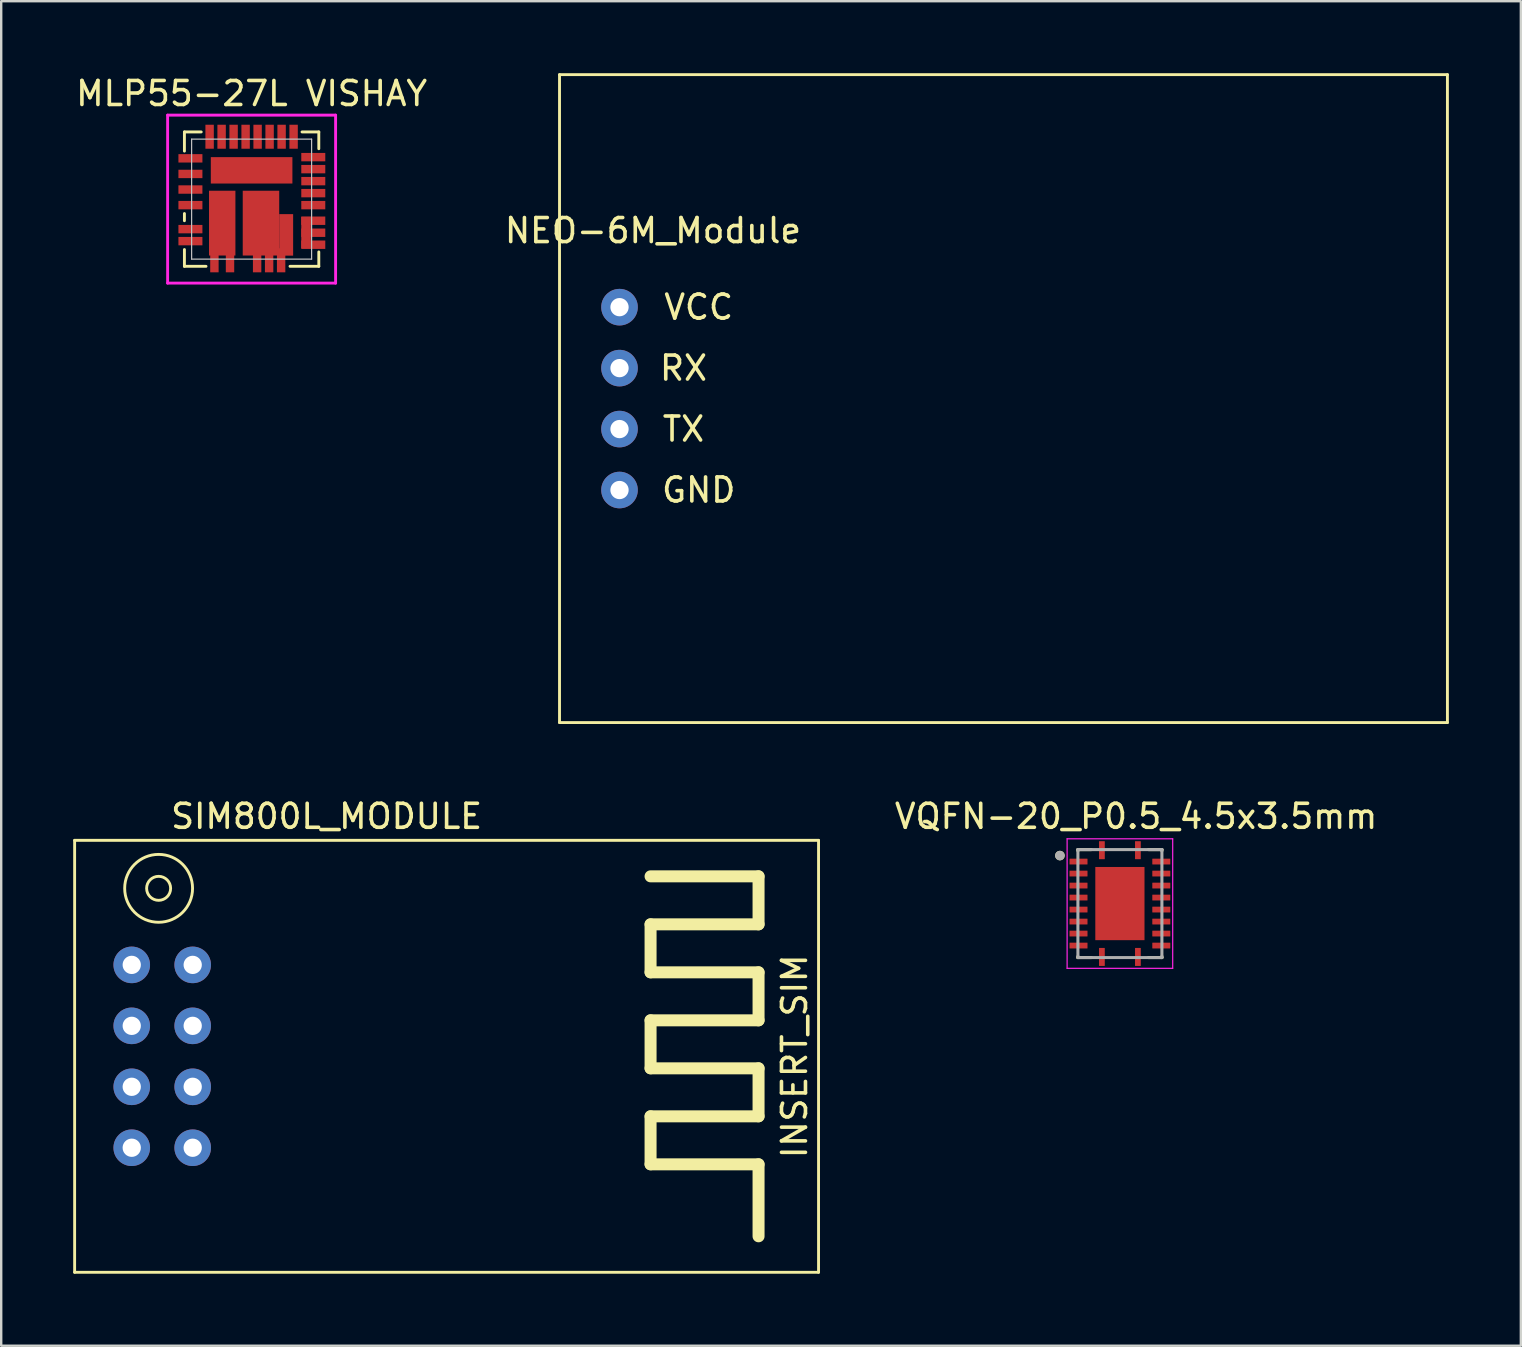
<source format=kicad_pcb>
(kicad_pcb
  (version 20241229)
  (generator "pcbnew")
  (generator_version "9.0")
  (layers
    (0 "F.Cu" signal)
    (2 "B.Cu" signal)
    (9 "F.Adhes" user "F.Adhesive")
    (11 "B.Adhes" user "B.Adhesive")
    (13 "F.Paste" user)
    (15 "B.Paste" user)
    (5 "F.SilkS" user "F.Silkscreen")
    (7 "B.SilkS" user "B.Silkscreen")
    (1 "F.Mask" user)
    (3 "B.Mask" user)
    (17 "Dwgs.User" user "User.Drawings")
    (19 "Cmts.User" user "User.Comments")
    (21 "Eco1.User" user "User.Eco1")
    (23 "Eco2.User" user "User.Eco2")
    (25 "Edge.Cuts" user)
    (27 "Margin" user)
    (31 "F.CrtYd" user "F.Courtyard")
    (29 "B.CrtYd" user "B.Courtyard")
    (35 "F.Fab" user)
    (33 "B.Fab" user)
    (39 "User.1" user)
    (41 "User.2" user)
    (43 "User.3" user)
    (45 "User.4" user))
  (footprint "MLP55-27L VISHAY"
    (layer "F.Cu")
    (at 7.435 5.248)
    (property "Reference" "MLP55-27L VISHAY" (at 0 -4.4 0) (unlocked yes) (layer "F.SilkS") (effects (font (size 1 1) (thickness 0.15))))
    (attr smd)
    (fp_line (start -2.8 -2.8) (end -2.1 -2.8) (stroke (width 0.12) (type solid)) (layer "F.SilkS"))
    (fp_line (start -2.8 -2) (end -2.8 -2.8) (stroke (width 0.12) (type solid)) (layer "F.SilkS"))
    (fp_line (start -2.8 0.6) (end -2.8 0.9) (stroke (width 0.12) (type solid)) (layer "F.SilkS"))
    (fp_line (start -2.8 2.8) (end -2.8 2.1) (stroke (width 0.12) (type solid)) (layer "F.SilkS"))
    (fp_line (start -1.9 2.8) (end -2.8 2.8) (stroke (width 0.12) (type solid)) (layer "F.SilkS"))
    (fp_line (start 2.1 -2.8) (end 2.8 -2.8) (stroke (width 0.12) (type solid)) (layer "F.SilkS"))
    (fp_line (start 2.8 -2.8) (end 2.8 -2.1) (stroke (width 0.12) (type solid)) (layer "F.SilkS"))
    (fp_line (start 2.8 2.2) (end 2.8 2.8) (stroke (width 0.12) (type solid)) (layer "F.SilkS"))
    (fp_line (start 2.8 2.8) (end 1.6 2.8) (stroke (width 0.12) (type solid)) (layer "F.SilkS"))
    (fp_line (start -2.5 -2.5) (end 2.5 -2.5) (stroke (width 0.05) (type solid)) (layer "Dwgs.User"))
    (fp_line (start -2.5 2.5) (end -2.5 -2.5) (stroke (width 0.05) (type solid)) (layer "Dwgs.User"))
    (fp_line (start 2.5 -2.5) (end 2.5 2.5) (stroke (width 0.05) (type solid)) (layer "Dwgs.User"))
    (fp_line (start 2.5 2.5) (end -2.5 2.5) (stroke (width 0.05) (type solid)) (layer "Dwgs.User"))
    (fp_line (start -3.5 -3.5) (end 3.5 -3.5) (stroke (width 0.12) (type solid)) (layer "F.CrtYd"))
    (fp_line (start -3.5 3.5) (end -3.5 -3.5) (stroke (width 0.12) (type solid)) (layer "F.CrtYd"))
    (fp_line (start 3.5 -3.5) (end 3.5 3.5) (stroke (width 0.12) (type solid)) (layer "F.CrtYd"))
    (fp_line (start 3.5 3.5) (end -3.5 3.5) (stroke (width 0.12) (type solid)) (layer "F.CrtYd"))
    (pad "1" smd rect (at -2.55 -1.7) (size 1 0.35) (layers "F.Cu" "F.Mask" "F.Paste"))
    (pad "2" smd rect (at -2.55 -1.05) (size 1 0.35) (layers "F.Cu" "F.Mask" "F.Paste"))
    (pad "3" smd rect (at -2.55 -0.4) (size 1 0.35) (layers "F.Cu" "F.Mask" "F.Paste"))
    (pad "4" smd rect (at -2.55 0.25) (size 1 0.35) (layers "F.Cu" "F.Mask" "F.Paste"))
    (pad "5" smd rect (at -2.55 1.25) (size 1 0.35) (layers "F.Cu" "F.Mask" "F.Paste"))
    (pad "6" smd rect (at -2.55 1.75) (size 1 0.35) (layers "F.Cu" "F.Mask" "F.Paste"))
    (pad "7" smd rect (at -1.55 2.55 90) (size 1 0.35) (layers "F.Cu" "F.Mask" "F.Paste"))
    (pad "8" smd rect (at -1.225 1 90) (size 2.7 1.1) (layers "F.Cu" "F.Mask" "F.Paste"))
    (pad "8" smd rect (at -0.9 2.55 90) (size 1 0.35) (layers "F.Cu" "F.Mask" "F.Paste"))
    (pad "9" smd rect (at 0.23 2.55 90) (size 1 0.35) (layers "F.Cu" "F.Mask" "F.Paste"))
    (pad "9" smd rect (at 0.39 1 90) (size 2.7 1.52) (layers "F.Cu" "F.Mask" "F.Paste"))
    (pad "9" smd rect (at 1.44 1.49 90) (size 1.73 0.58) (layers "F.Cu" "F.Mask" "F.Paste"))
    (pad "10" smd rect (at 0.73 2.55 90) (size 1 0.35) (layers "F.Cu" "F.Mask" "F.Paste"))
    (pad "11" smd rect (at 1.23 2.55 90) (size 1 0.35) (layers "F.Cu" "F.Mask" "F.Paste"))
    (pad "12" smd rect (at 2.57 1.9 180) (size 1 0.35) (layers "F.Cu" "F.Mask" "F.Paste"))
    (pad "13" smd rect (at 2.57 1.4 180) (size 1 0.35) (layers "F.Cu" "F.Mask" "F.Paste"))
    (pad "14" smd rect (at 2.27 1.39 270) (size 1.3 0.4) (layers "F.Cu" "F.Mask" "F.Paste"))
    (pad "14" smd rect (at 2.57 0.9 180) (size 1 0.35) (layers "F.Cu" "F.Mask" "F.Paste"))
    (pad "15" smd rect (at 2.57 0.25 180) (size 1 0.35) (layers "F.Cu" "F.Mask" "F.Paste"))
    (pad "16" smd rect (at 2.57 -0.25 180) (size 1 0.35) (layers "F.Cu" "F.Mask" "F.Paste"))
    (pad "17" smd rect (at 2.57 -0.75 180) (size 1 0.35) (layers "F.Cu" "F.Mask" "F.Paste"))
    (pad "18" smd rect (at 2.57 -1.25 180) (size 1 0.35) (layers "F.Cu" "F.Mask" "F.Paste"))
    (pad "19" smd rect (at 2.57 -1.75 180) (size 1 0.35) (layers "F.Cu" "F.Mask" "F.Paste"))
    (pad "20" smd rect (at 1.75 -2.6 270) (size 1 0.35) (layers "F.Cu" "F.Mask" "F.Paste"))
    (pad "21" smd rect (at 1.25 -2.6 270) (size 1 0.35) (layers "F.Cu" "F.Mask" "F.Paste"))
    (pad "22" smd rect (at 0.75 -2.6 270) (size 1 0.35) (layers "F.Cu" "F.Mask" "F.Paste"))
    (pad "23" smd rect (at 0.25 -2.6 270) (size 1 0.35) (layers "F.Cu" "F.Mask" "F.Paste"))
    (pad "24" smd rect (at -0.25 -2.6 270) (size 1 0.35) (layers "F.Cu" "F.Mask" "F.Paste"))
    (pad "25" smd rect (at -0.75 -2.6 270) (size 1 0.35) (layers "F.Cu" "F.Mask" "F.Paste"))
    (pad "26" smd rect (at -1.25 -2.6 270) (size 1 0.35) (layers "F.Cu" "F.Mask" "F.Paste"))
    (pad "27" smd rect (at -1.75 -2.6 270) (size 1 0.35) (layers "F.Cu" "F.Mask" "F.Paste"))
    (pad "28" smd rect (at 0 -1.2) (size 3.4 1.1) (layers "F.Cu" "F.Mask" "F.Paste")))
  (footprint "NEO-6M_Module"
    (layer "F.Cu")
    (at 38.766 13.56)
    (property "Reference" "NEO-6M_Module" (at -14.605 -7 0) (unlocked yes) (layer "F.SilkS") (effects (font (size 1 1) (thickness 0.15))))
    (attr through_hole)
    (fp_line (start -18.5 -13.5) (end -18.5 13.5) (stroke (width 0.12) (type solid)) (layer "F.SilkS"))
    (fp_line (start -18.5 -13.5) (end 18.5 -13.5) (stroke (width 0.12) (type solid)) (layer "F.SilkS"))
    (fp_line (start -18.5 13.5) (end 18.5 13.5) (stroke (width 0.12) (type solid)) (layer "F.SilkS"))
    (fp_line (start 18.5 -13.5) (end 18.5 13.5) (stroke (width 0.12) (type solid)) (layer "F.SilkS"))
    (fp_text user "TX" (at -13.335 1.27 0) (unlocked yes) (layer "F.SilkS") (effects (font (size 1 1) (thickness 0.15))))
    (fp_text user "GND" (at -12.7 3.81 0) (unlocked yes) (layer "F.SilkS") (effects (font (size 1 1) (thickness 0.15))))
    (fp_text user "RX" (at -13.335 -1.27 0) (unlocked yes) (layer "F.SilkS") (effects (font (size 1 1) (thickness 0.15))))
    (fp_text user "VCC" (at -12.7 -3.81 0) (unlocked yes) (layer "F.SilkS") (effects (font (size 1 1) (thickness 0.15))))
    (pad "1" thru_hole circle (at -16 -3.81) (size 1.524 1.524) (drill 0.762) (layers "*.Cu" "*.Mask"))
    (pad "2" thru_hole circle (at -16 -1.27) (size 1.524 1.524) (drill 0.762) (layers "*.Cu" "*.Mask"))
    (pad "3" thru_hole circle (at -16 1.27) (size 1.524 1.524) (drill 0.762) (layers "*.Cu" "*.Mask"))
    (pad "4" thru_hole circle (at -16 3.81) (size 1.524 1.524) (drill 0.762) (layers "*.Cu" "*.Mask")))
  (footprint "SIM800L_MODULE"
    (layer "F.Cu")
    (at 10.06 40.968)
    (property "Reference" "SIM800L_MODULE" (at 0.5 -10 0) (unlocked yes) (layer "F.SilkS") (effects (font (size 1 1) (thickness 0.15))))
    (attr through_hole)
    (fp_line (start -10 -9) (end -10 9) (stroke (width 0.12) (type solid)) (layer "F.SilkS"))
    (fp_line (start -10 -9) (end 21 -9) (stroke (width 0.12) (type solid)) (layer "F.SilkS"))
    (fp_line (start 14 -7.5) (end 18.5 -7.5) (stroke (width 0.5) (type solid)) (layer "F.SilkS"))
    (fp_line (start 14 -5.5) (end 18.5 -5.5) (stroke (width 0.5) (type solid)) (layer "F.SilkS"))
    (fp_line (start 14 -3.5) (end 14 -5.5) (stroke (width 0.5) (type solid)) (layer "F.SilkS"))
    (fp_line (start 14 -3.5) (end 18.5 -3.5) (stroke (width 0.5) (type solid)) (layer "F.SilkS"))
    (fp_line (start 14 -1.5) (end 18.5 -1.5) (stroke (width 0.5) (type solid)) (layer "F.SilkS"))
    (fp_line (start 14 0.5) (end 14 -1.5) (stroke (width 0.5) (type solid)) (layer "F.SilkS"))
    (fp_line (start 14 0.5) (end 18.5 0.5) (stroke (width 0.5) (type solid)) (layer "F.SilkS"))
    (fp_line (start 14 2.5) (end 18.5 2.5) (stroke (width 0.5) (type solid)) (layer "F.SilkS"))
    (fp_line (start 14 4.5) (end 14 2.5) (stroke (width 0.5) (type solid)) (layer "F.SilkS"))
    (fp_line (start 14 4.5) (end 18.5 4.5) (stroke (width 0.5) (type solid)) (layer "F.SilkS"))
    (fp_line (start 18.5 -5.5) (end 18.5 -7.5) (stroke (width 0.5) (type solid)) (layer "F.SilkS"))
    (fp_line (start 18.5 -1.5) (end 18.5 -3.5) (stroke (width 0.5) (type solid)) (layer "F.SilkS"))
    (fp_line (start 18.5 2.5) (end 18.5 0.5) (stroke (width 0.5) (type solid)) (layer "F.SilkS"))
    (fp_line (start 18.5 7.5) (end 18.5 4.5) (stroke (width 0.5) (type solid)) (layer "F.SilkS"))
    (fp_line (start 21 -9) (end 21 9) (stroke (width 0.12) (type solid)) (layer "F.SilkS"))
    (fp_line (start 21 9) (end -10 9) (stroke (width 0.12) (type solid)) (layer "F.SilkS"))
    (fp_circle (center -6.5 -7) (end -6 -7) (stroke (width 0.12) (type solid)) (fill no) (layer "F.SilkS"))
    (fp_circle (center -6.5 -7) (end -5.5 -6) (stroke (width 0.12) (type solid)) (fill no) (layer "F.SilkS"))
    (fp_text user "INSERT_SIM" (at 20 0 90) (unlocked yes) (layer "F.SilkS") (effects (font (size 1 1) (thickness 0.15))))
    (pad "1" thru_hole circle (at -7.62 -3.81) (size 1.524 1.524) (drill 0.762) (layers "*.Cu" "*.Mask"))
    (pad "2" thru_hole circle (at -7.62 -1.27) (size 1.524 1.524) (drill 0.762) (layers "*.Cu" "*.Mask"))
    (pad "3" thru_hole circle (at -7.62 1.27) (size 1.524 1.524) (drill 0.762) (layers "*.Cu" "*.Mask"))
    (pad "4" thru_hole circle (at -7.62 3.81) (size 1.524 1.524) (drill 0.762) (layers "*.Cu" "*.Mask"))
    (pad "5" thru_hole circle (at -5.08 3.81) (size 1.524 1.524) (drill 0.762) (layers "*.Cu" "*.Mask"))
    (pad "6" thru_hole circle (at -5.08 1.27) (size 1.524 1.524) (drill 0.762) (layers "*.Cu" "*.Mask"))
    (pad "7" thru_hole circle (at -5.08 -1.27) (size 1.524 1.524) (drill 0.762) (layers "*.Cu" "*.Mask"))
    (pad "8" thru_hole circle (at -5.08 -3.81) (size 1.524 1.524) (drill 0.762) (layers "*.Cu" "*.Mask")))
  (footprint "VQFN-20_P0.5_4.5x3.5mm"
    (layer "F.Cu")
    (at 43.618 34.603)
    (property "Reference" "VQFN-20_P0.5_4.5x3.5mm" (at 0.675 -3.635 0) (layer "F.SilkS") (effects (font (size 1 1) (thickness 0.15))))
    (attr through_hole)
    (fp_line (start -1.75 -2.25) (end -1.75 -2.2) (stroke (width 0.127) (type solid)) (layer "F.SilkS"))
    (fp_line (start -1.75 -2.25) (end -1.19 -2.25) (stroke (width 0.127) (type solid)) (layer "F.SilkS"))
    (fp_line (start -1.75 2.25) (end -1.75 2.2) (stroke (width 0.127) (type solid)) (layer "F.SilkS"))
    (fp_line (start -1.75 2.25) (end -1.19 2.25) (stroke (width 0.127) (type solid)) (layer "F.SilkS"))
    (fp_line (start 1.75 -2.25) (end 1.19 -2.25) (stroke (width 0.127) (type solid)) (layer "F.SilkS"))
    (fp_line (start 1.75 -2.25) (end 1.75 -2.2) (stroke (width 0.127) (type solid)) (layer "F.SilkS"))
    (fp_line (start 1.75 2.25) (end 1.19 2.25) (stroke (width 0.127) (type solid)) (layer "F.SilkS"))
    (fp_line (start 1.75 2.25) (end 1.75 2.2) (stroke (width 0.127) (type solid)) (layer "F.SilkS"))
    (fp_circle (center -2.5 -2) (end -2.4 -2) (stroke (width 0.2) (type solid)) (fill no) (layer "F.SilkS"))
    (fp_poly (pts (xy -1.02 -1.435) (xy -0.1 -1.435) (xy -0.1 -0.105) (xy -1.02 -0.105)) (stroke (width 0.01) (type solid)) (fill yes) (layer "F.Paste"))
    (fp_poly (pts (xy -1.02 0.105) (xy -0.1 0.105) (xy -0.1 1.435) (xy -1.02 1.435)) (stroke (width 0.01) (type solid)) (fill yes) (layer "F.Paste"))
    (fp_poly (pts (xy 0.1 -1.435) (xy 1.02 -1.435) (xy 1.02 -0.105) (xy 0.1 -0.105)) (stroke (width 0.01) (type solid)) (fill yes) (layer "F.Paste"))
    (fp_poly (pts (xy 0.1 0.105) (xy 1.02 0.105) (xy 1.02 1.435) (xy 0.1 1.435)) (stroke (width 0.01) (type solid)) (fill yes) (layer "F.Paste"))
    (fp_line (start -2.2 -2.7) (end 2.2 -2.7) (stroke (width 0.05) (type solid)) (layer "F.CrtYd"))
    (fp_line (start -2.2 2.7) (end -2.2 -2.7) (stroke (width 0.05) (type solid)) (layer "F.CrtYd"))
    (fp_line (start -2.2 2.7) (end 2.2 2.7) (stroke (width 0.05) (type solid)) (layer "F.CrtYd"))
    (fp_line (start 2.2 2.7) (end 2.2 -2.7) (stroke (width 0.05) (type solid)) (layer "F.CrtYd"))
    (fp_line (start -1.75 2.25) (end -1.75 -2.25) (stroke (width 0.127) (type solid)) (layer "F.Fab"))
    (fp_line (start 1.75 -2.25) (end -1.75 -2.25) (stroke (width 0.127) (type solid)) (layer "F.Fab"))
    (fp_line (start 1.75 2.25) (end -1.75 2.25) (stroke (width 0.127) (type solid)) (layer "F.Fab"))
    (fp_line (start 1.75 2.25) (end 1.75 -2.25) (stroke (width 0.127) (type solid)) (layer "F.Fab"))
    (fp_circle (center -2.5 -2) (end -2.4 -2) (stroke (width 0.2) (type solid)) (fill no) (layer "F.Fab"))
    (pad "1" smd roundrect (at -0.75 -2.225) (size 0.24 0.75) (layers "F.Cu" "F.Mask" "F.Paste") (roundrect_rratio 0.05))
    (pad "2" smd roundrect (at -1.725 -1.75) (size 0.75 0.24) (layers "F.Cu" "F.Mask" "F.Paste") (roundrect_rratio 0.05))
    (pad "3" smd roundrect (at -1.725 -1.25) (size 0.75 0.24) (layers "F.Cu" "F.Mask" "F.Paste") (roundrect_rratio 0.05))
    (pad "4" smd roundrect (at -1.725 -0.75) (size 0.75 0.24) (layers "F.Cu" "F.Mask" "F.Paste") (roundrect_rratio 0.05))
    (pad "5" smd roundrect (at -1.725 -0.25) (size 0.75 0.24) (layers "F.Cu" "F.Mask" "F.Paste") (roundrect_rratio 0.05))
    (pad "6" smd roundrect (at -1.725 0.25) (size 0.75 0.24) (layers "F.Cu" "F.Mask" "F.Paste") (roundrect_rratio 0.05))
    (pad "7" smd roundrect (at -1.725 0.75) (size 0.75 0.24) (layers "F.Cu" "F.Mask" "F.Paste") (roundrect_rratio 0.05))
    (pad "8" smd roundrect (at -1.725 1.25) (size 0.75 0.24) (layers "F.Cu" "F.Mask" "F.Paste") (roundrect_rratio 0.05))
    (pad "9" smd roundrect (at -1.725 1.75) (size 0.75 0.24) (layers "F.Cu" "F.Mask" "F.Paste") (roundrect_rratio 0.05))
    (pad "10" smd roundrect (at -0.75 2.225) (size 0.24 0.75) (layers "F.Cu" "F.Mask" "F.Paste") (roundrect_rratio 0.05))
    (pad "11" smd roundrect (at 0.75 2.225) (size 0.24 0.75) (layers "F.Cu" "F.Mask" "F.Paste") (roundrect_rratio 0.05))
    (pad "12" smd roundrect (at 1.725 1.75) (size 0.75 0.24) (layers "F.Cu" "F.Mask" "F.Paste") (roundrect_rratio 0.05))
    (pad "13" smd roundrect (at 1.725 1.25) (size 0.75 0.24) (layers "F.Cu" "F.Mask" "F.Paste") (roundrect_rratio 0.05))
    (pad "14" smd roundrect (at 1.725 0.75) (size 0.75 0.24) (layers "F.Cu" "F.Mask" "F.Paste") (roundrect_rratio 0.05))
    (pad "15" smd roundrect (at 1.725 0.25) (size 0.75 0.24) (layers "F.Cu" "F.Mask" "F.Paste") (roundrect_rratio 0.05))
    (pad "16" smd roundrect (at 1.725 -0.25) (size 0.75 0.24) (layers "F.Cu" "F.Mask" "F.Paste") (roundrect_rratio 0.05))
    (pad "17" smd roundrect (at 1.725 -0.75) (size 0.75 0.24) (layers "F.Cu" "F.Mask" "F.Paste") (roundrect_rratio 0.05))
    (pad "18" smd roundrect (at 1.725 -1.25) (size 0.75 0.24) (layers "F.Cu" "F.Mask" "F.Paste") (roundrect_rratio 0.05))
    (pad "19" smd roundrect (at 1.725 -1.75) (size 0.75 0.24) (layers "F.Cu" "F.Mask" "F.Paste") (roundrect_rratio 0.05))
    (pad "20" smd roundrect (at 0.75 -2.225) (size 0.24 0.75) (layers "F.Cu" "F.Mask" "F.Paste") (roundrect_rratio 0.05))
    (pad "21" smd rect (at 0 0) (size 2.05 3.05) (layers "F.Cu" "F.Mask")))
  (gr_rect
    (start -3 -3)
    (end 60.326 53.028)
    (stroke (width 0.1) (type default))
    (fill no)
    (layer "Edge.Cuts")))
</source>
